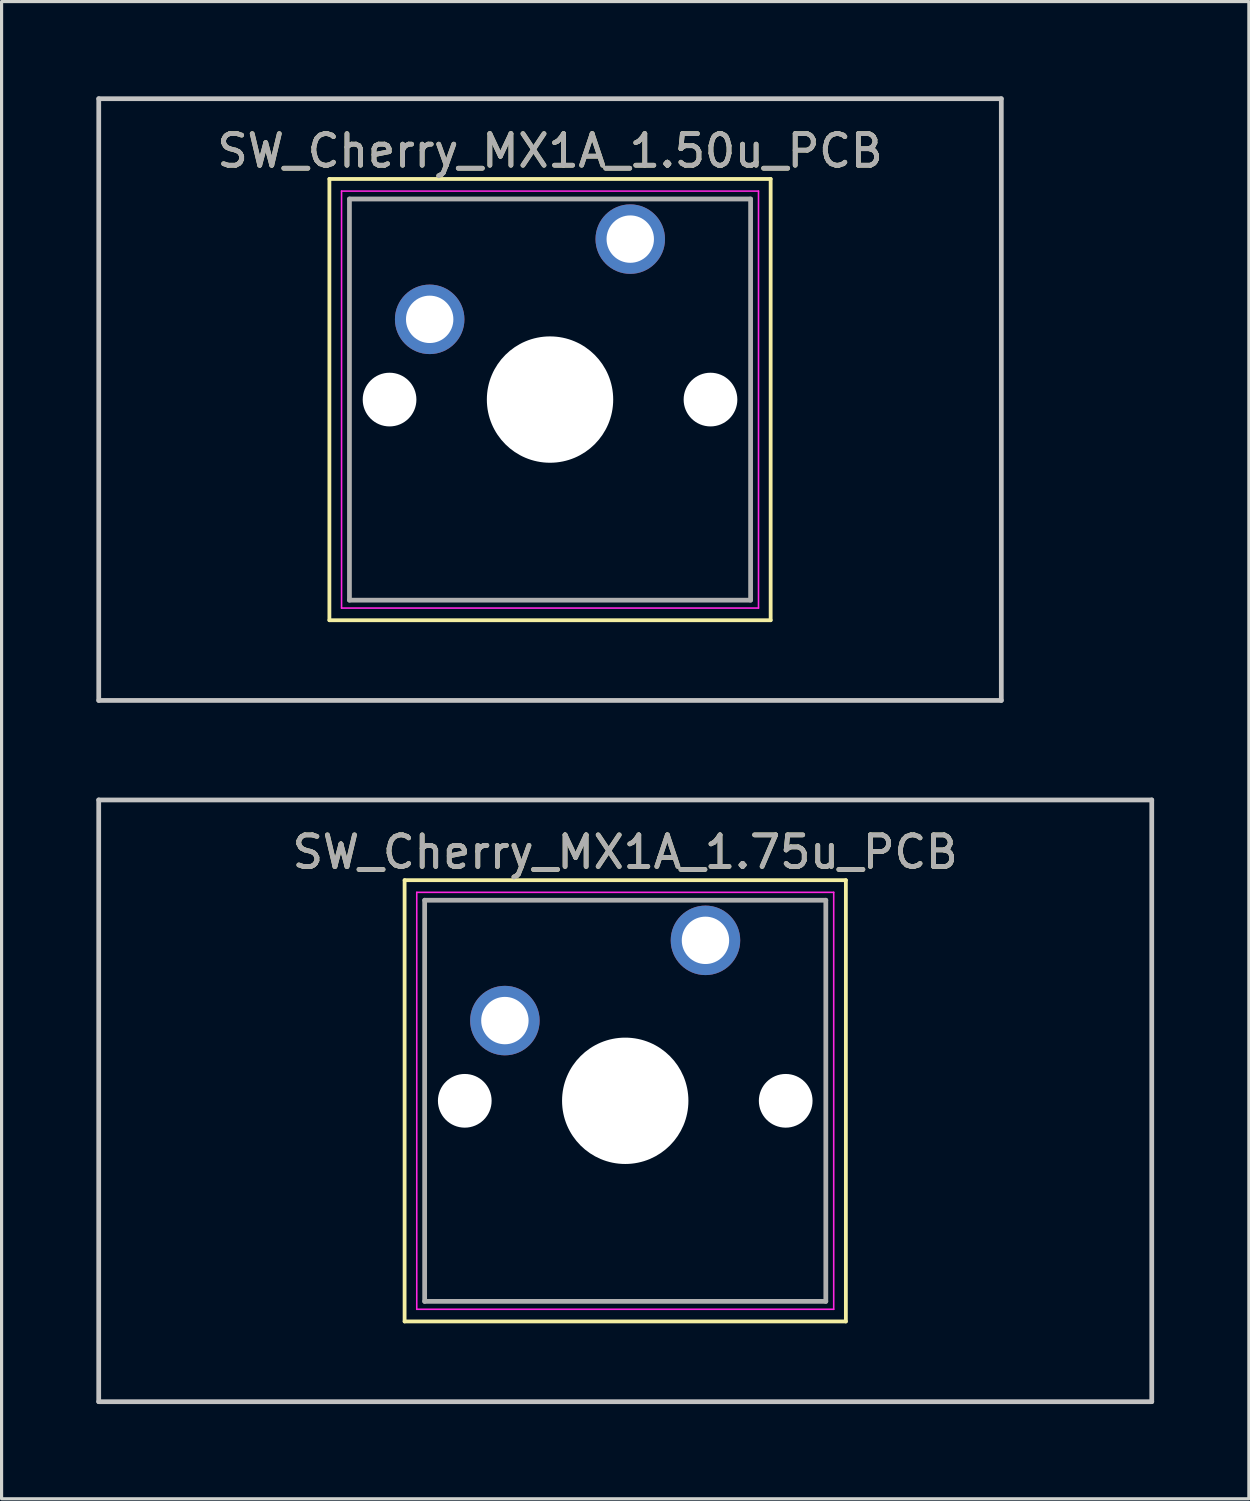
<source format=kicad_pcb>
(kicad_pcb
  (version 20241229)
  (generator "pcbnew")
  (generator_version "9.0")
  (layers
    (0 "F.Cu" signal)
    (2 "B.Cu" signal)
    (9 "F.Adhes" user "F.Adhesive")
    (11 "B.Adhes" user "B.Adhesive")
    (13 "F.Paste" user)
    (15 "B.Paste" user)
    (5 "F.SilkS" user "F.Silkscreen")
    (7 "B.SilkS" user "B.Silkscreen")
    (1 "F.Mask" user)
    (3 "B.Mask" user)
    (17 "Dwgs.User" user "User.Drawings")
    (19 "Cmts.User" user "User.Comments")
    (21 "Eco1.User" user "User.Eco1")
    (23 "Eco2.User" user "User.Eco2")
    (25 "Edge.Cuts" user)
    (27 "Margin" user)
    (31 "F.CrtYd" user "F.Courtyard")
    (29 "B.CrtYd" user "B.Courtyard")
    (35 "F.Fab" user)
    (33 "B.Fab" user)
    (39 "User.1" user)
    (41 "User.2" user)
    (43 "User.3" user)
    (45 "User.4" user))
  (footprint "SW_Cherry_MX1A_1.75u_PCB"
    (layer "F.Cu")
    (at 16.744 31.8)
    (property "Reference" "SW_Cherry_MX1A_1.75u_PCB" (at 0 -7.874 0) (layer "F.SilkS") (effects (font (size 1 1) (thickness 0.15))))
    (attr through_hole)
    (fp_line (start -6.985 -6.985) (end 6.985 -6.985) (stroke (width 0.12) (type solid)) (layer "F.SilkS"))
    (fp_line (start -6.985 6.985) (end -6.985 -6.985) (stroke (width 0.12) (type solid)) (layer "F.SilkS"))
    (fp_line (start 6.985 -6.985) (end 6.985 6.985) (stroke (width 0.12) (type solid)) (layer "F.SilkS"))
    (fp_line (start 6.985 6.985) (end -6.985 6.985) (stroke (width 0.12) (type solid)) (layer "F.SilkS"))
    (fp_line (start -16.669 -9.525) (end 16.669 -9.525) (stroke (width 0.15) (type solid)) (layer "Dwgs.User"))
    (fp_line (start -16.669 9.525) (end -16.669 -9.525) (stroke (width 0.15) (type solid)) (layer "Dwgs.User"))
    (fp_line (start 16.669 -9.525) (end 16.669 9.525) (stroke (width 0.15) (type solid)) (layer "Dwgs.User"))
    (fp_line (start 16.669 9.525) (end -16.669 9.525) (stroke (width 0.15) (type solid)) (layer "Dwgs.User"))
    (fp_line (start -6.6 -6.6) (end 6.6 -6.6) (stroke (width 0.05) (type solid)) (layer "F.CrtYd"))
    (fp_line (start -6.6 6.6) (end -6.6 -6.6) (stroke (width 0.05) (type solid)) (layer "F.CrtYd"))
    (fp_line (start 6.6 -6.6) (end 6.6 6.6) (stroke (width 0.05) (type solid)) (layer "F.CrtYd"))
    (fp_line (start 6.6 6.6) (end -6.6 6.6) (stroke (width 0.05) (type solid)) (layer "F.CrtYd"))
    (fp_line (start -6.35 -6.35) (end 6.35 -6.35) (stroke (width 0.15) (type solid)) (layer "F.Fab"))
    (fp_line (start -6.35 6.35) (end -6.35 -6.35) (stroke (width 0.15) (type solid)) (layer "F.Fab"))
    (fp_line (start 6.35 -6.35) (end 6.35 6.35) (stroke (width 0.15) (type solid)) (layer "F.Fab"))
    (fp_line (start 6.35 6.35) (end -6.35 6.35) (stroke (width 0.15) (type solid)) (layer "F.Fab"))
    (fp_text user "${REFERENCE}" (at 0 -7.874 0) (layer "F.Fab") (effects (font (size 1 1) (thickness 0.15))))
    (pad "" np_thru_hole circle (at -5.08 0) (size 1.7 1.7) (drill 1.7) (layers "*.Cu" "*.Mask"))
    (pad "" np_thru_hole circle (at 0 0) (size 4 4) (drill 4) (layers "*.Cu" "*.Mask"))
    (pad "" np_thru_hole circle (at 5.08 0) (size 1.7 1.7) (drill 1.7) (layers "*.Cu" "*.Mask"))
    (pad "1" thru_hole circle (at 2.54 -5.08) (size 2.2 2.2) (drill 1.5) (layers "*.Cu" "*.Mask"))
    (pad "2" thru_hole circle (at -3.81 -2.54) (size 2.2 2.2) (drill 1.5) (layers "*.Cu" "*.Mask")))
  (footprint "SW_Cherry_MX1A_1.50u_PCB"
    (layer "F.Cu")
    (at 14.363 9.6)
    (property "Reference" "SW_Cherry_MX1A_1.50u_PCB" (at 0 -7.874 0) (layer "F.SilkS") (effects (font (size 1 1) (thickness 0.15))))
    (attr through_hole)
    (fp_line (start -6.985 -6.985) (end 6.985 -6.985) (stroke (width 0.12) (type solid)) (layer "F.SilkS"))
    (fp_line (start -6.985 6.985) (end -6.985 -6.985) (stroke (width 0.12) (type solid)) (layer "F.SilkS"))
    (fp_line (start 6.985 -6.985) (end 6.985 6.985) (stroke (width 0.12) (type solid)) (layer "F.SilkS"))
    (fp_line (start 6.985 6.985) (end -6.985 6.985) (stroke (width 0.12) (type solid)) (layer "F.SilkS"))
    (fp_line (start -14.287 -9.525) (end 14.287 -9.525) (stroke (width 0.15) (type solid)) (layer "Dwgs.User"))
    (fp_line (start -14.287 9.525) (end -14.287 -9.525) (stroke (width 0.15) (type solid)) (layer "Dwgs.User"))
    (fp_line (start 14.287 -9.525) (end 14.287 9.525) (stroke (width 0.15) (type solid)) (layer "Dwgs.User"))
    (fp_line (start 14.287 9.525) (end -14.287 9.525) (stroke (width 0.15) (type solid)) (layer "Dwgs.User"))
    (fp_line (start -6.6 -6.6) (end 6.6 -6.6) (stroke (width 0.05) (type solid)) (layer "F.CrtYd"))
    (fp_line (start -6.6 6.6) (end -6.6 -6.6) (stroke (width 0.05) (type solid)) (layer "F.CrtYd"))
    (fp_line (start 6.6 -6.6) (end 6.6 6.6) (stroke (width 0.05) (type solid)) (layer "F.CrtYd"))
    (fp_line (start 6.6 6.6) (end -6.6 6.6) (stroke (width 0.05) (type solid)) (layer "F.CrtYd"))
    (fp_line (start -6.35 -6.35) (end 6.35 -6.35) (stroke (width 0.15) (type solid)) (layer "F.Fab"))
    (fp_line (start -6.35 6.35) (end -6.35 -6.35) (stroke (width 0.15) (type solid)) (layer "F.Fab"))
    (fp_line (start 6.35 -6.35) (end 6.35 6.35) (stroke (width 0.15) (type solid)) (layer "F.Fab"))
    (fp_line (start 6.35 6.35) (end -6.35 6.35) (stroke (width 0.15) (type solid)) (layer "F.Fab"))
    (fp_text user "${REFERENCE}" (at 0 -7.874 0) (layer "F.Fab") (effects (font (size 1 1) (thickness 0.15))))
    (pad "" np_thru_hole circle (at -5.08 0) (size 1.7 1.7) (drill 1.7) (layers "*.Cu" "*.Mask"))
    (pad "" np_thru_hole circle (at 0 0) (size 4 4) (drill 4) (layers "*.Cu" "*.Mask"))
    (pad "" np_thru_hole circle (at 5.08 0) (size 1.7 1.7) (drill 1.7) (layers "*.Cu" "*.Mask"))
    (pad "1" thru_hole circle (at 2.54 -5.08) (size 2.2 2.2) (drill 1.5) (layers "*.Cu" "*.Mask"))
    (pad "2" thru_hole circle (at -3.81 -2.54) (size 2.2 2.2) (drill 1.5) (layers "*.Cu" "*.Mask")))
  (gr_rect
    (start -3 -3)
    (end 36.487 44.4)
    (stroke (width 0.1) (type default))
    (fill no)
    (layer "Edge.Cuts")))
</source>
